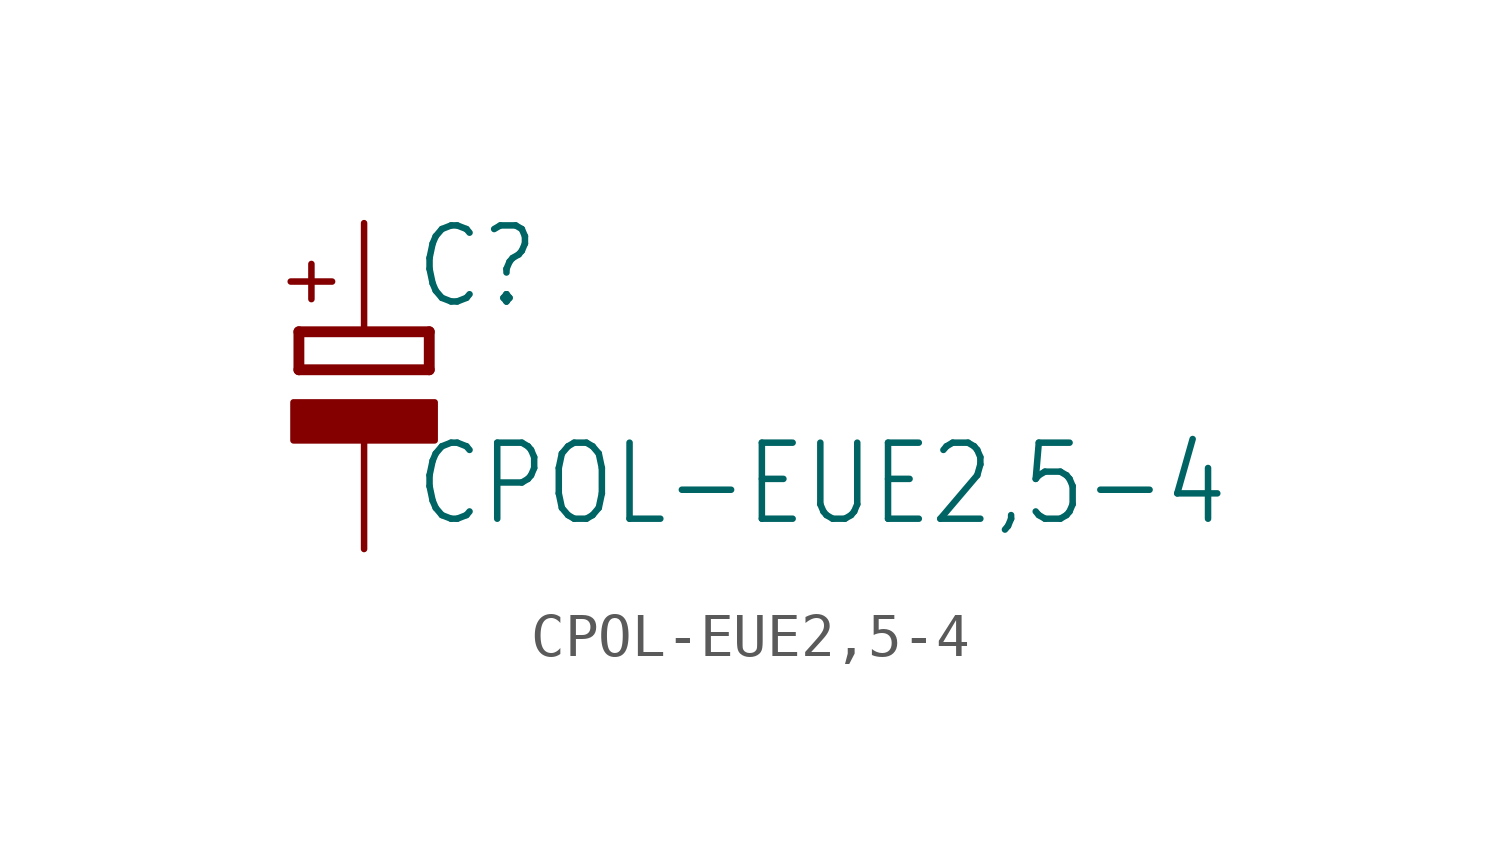
<source format=kicad_sym>
(kicad_symbol_lib
  (version 20211014)
  (generator kicad_symbol_editor)
  (symbol "CPOL-EUE2,5-4"
    (property "Reference" "C"
      (at 1.143 0.483 0)
      (effects (font (size 1.778 1.511)) (justify left bottom)))
    (property "Value" "CPOL-EUE2,5-4"
      (at 1.143 -4.597 0)
      (effects (font (size 1.778 1.511)) (justify left bottom)))
    (property "ki_locked" ""
      (at 0 0 0)
      (effects (font (size 1.27 1.27))))
    (symbol "CPOL-EUE2,5-4_1_0"
      (rectangle (start -1.651 -2.54) (end 1.651 -1.651) (stroke (width 0) (type default) (color 0 0 0 0)) (fill (type outline)))
      (polyline (pts (xy -1.524 -0.889) (xy 1.524 -0.889)) (stroke (width 0.254) (type default) (color 0 0 0 0)) (fill (type none)))
      (polyline (pts (xy -1.524 0) (xy -1.524 -0.889)) (stroke (width 0.254) (type default) (color 0 0 0 0)) (fill (type none)))
      (polyline (pts (xy -1.524 0) (xy 1.524 0)) (stroke (width 0.254) (type default) (color 0 0 0 0)) (fill (type none)))
      (polyline (pts (xy 1.524 -0.889) (xy 1.524 0)) (stroke (width 0.254) (type default) (color 0 0 0 0)) (fill (type none)))
      (text "+" (at -0.584 0.406 900) (effects (font (size 1.27 1.079)) (justify left bottom)))
      (pin passive line (at 0 2.54 270) (length 2.54) (name "+" (effects (font (size 0 0)))) (number "+" (effects (font (size 0 0)))))
      (pin passive line (at 0 -5.08 90) (length 2.54) (name "-" (effects (font (size 0 0)))) (number "-" (effects (font (size 0 0))))))))
</source>
